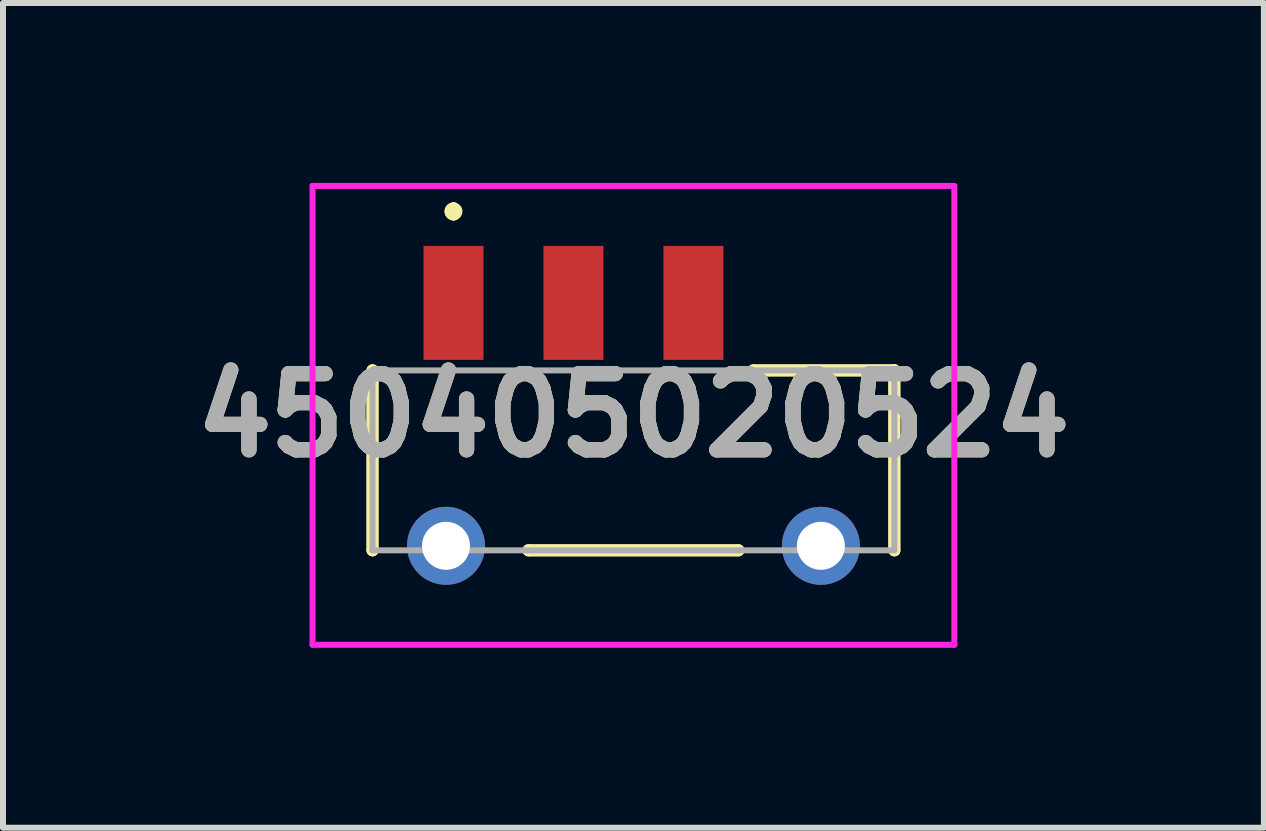
<source format=kicad_pcb>
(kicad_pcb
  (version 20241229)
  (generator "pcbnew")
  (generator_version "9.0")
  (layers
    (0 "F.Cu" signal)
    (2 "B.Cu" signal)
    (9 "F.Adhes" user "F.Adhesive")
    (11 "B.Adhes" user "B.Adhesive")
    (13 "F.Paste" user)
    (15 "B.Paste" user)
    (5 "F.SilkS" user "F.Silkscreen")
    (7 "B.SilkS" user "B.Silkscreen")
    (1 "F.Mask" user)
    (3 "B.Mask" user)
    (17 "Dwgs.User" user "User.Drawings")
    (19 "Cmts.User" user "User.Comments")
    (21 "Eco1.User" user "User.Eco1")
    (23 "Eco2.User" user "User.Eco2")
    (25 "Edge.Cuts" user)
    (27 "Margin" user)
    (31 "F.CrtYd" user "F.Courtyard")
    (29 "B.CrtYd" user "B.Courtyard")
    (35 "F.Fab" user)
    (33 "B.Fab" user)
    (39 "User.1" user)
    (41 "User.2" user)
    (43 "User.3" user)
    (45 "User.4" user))
  (footprint "450405020524"
    (layer "F.Cu")
    (at 7.511 4.625)
    (property "Reference" "450405020524" (at 0 -0.75 0) (layer "F.SilkS") (effects (font (size 1.27 1.27) (thickness 0.254))))
    (attr through_hole)
    (fp_line (start -4.35 -1.5) (end -4.35 -1.5) (stroke (width 0.2) (type solid)) (layer "F.SilkS"))
    (fp_line (start -4.35 -1.5) (end -4.35 1.5) (stroke (width 0.2) (type solid)) (layer "F.SilkS"))
    (fp_line (start -4.35 1.5) (end -4.35 -1.5) (stroke (width 0.2) (type solid)) (layer "F.SilkS"))
    (fp_line (start -4.35 1.5) (end -4.35 1.5) (stroke (width 0.2) (type solid)) (layer "F.SilkS"))
    (fp_line (start -3 -4.2) (end -3 -4.2) (stroke (width 0.2) (type solid)) (layer "F.SilkS"))
    (fp_line (start -3 -4.2) (end -3 -4.2) (stroke (width 0.2) (type solid)) (layer "F.SilkS"))
    (fp_line (start -3 -4.1) (end -3 -4.1) (stroke (width 0.2) (type solid)) (layer "F.SilkS"))
    (fp_line (start -1.75 1.5) (end -1.75 1.5) (stroke (width 0.2) (type solid)) (layer "F.SilkS"))
    (fp_line (start -1.75 1.5) (end 1.75 1.5) (stroke (width 0.2) (type solid)) (layer "F.SilkS"))
    (fp_line (start 1.75 1.5) (end -1.75 1.5) (stroke (width 0.2) (type solid)) (layer "F.SilkS"))
    (fp_line (start 1.75 1.5) (end 1.75 1.5) (stroke (width 0.2) (type solid)) (layer "F.SilkS"))
    (fp_line (start 2 -1.5) (end 2 -1.5) (stroke (width 0.2) (type solid)) (layer "F.SilkS"))
    (fp_line (start 2 -1.5) (end 4.35 -1.5) (stroke (width 0.2) (type solid)) (layer "F.SilkS"))
    (fp_line (start 4.35 -1.5) (end 2 -1.5) (stroke (width 0.2) (type solid)) (layer "F.SilkS"))
    (fp_line (start 4.35 -1.5) (end 4.35 -1.5) (stroke (width 0.2) (type solid)) (layer "F.SilkS"))
    (fp_line (start 4.35 -1.5) (end 4.35 -1.5) (stroke (width 0.2) (type solid)) (layer "F.SilkS"))
    (fp_line (start 4.35 -1.5) (end 4.35 1.5) (stroke (width 0.2) (type solid)) (layer "F.SilkS"))
    (fp_line (start 4.35 1.5) (end 4.35 -1.5) (stroke (width 0.2) (type solid)) (layer "F.SilkS"))
    (fp_line (start 4.35 1.5) (end 4.35 1.5) (stroke (width 0.2) (type solid)) (layer "F.SilkS"))
    (fp_arc (start -3 -4.2) (mid -2.95 -4.15) (end -3 -4.1) (stroke (width 0.2) (type solid)) (layer "F.SilkS"))
    (fp_arc (start -3 -4.1) (mid -3.05 -4.15) (end -3 -4.2) (stroke (width 0.2) (type solid)) (layer "F.SilkS"))
    (fp_arc (start -3 -4.1) (mid -3.05 -4.15) (end -3 -4.2) (stroke (width 0.2) (type solid)) (layer "F.SilkS"))
    (fp_line (start -5.35 -4.575) (end 5.35 -4.575) (stroke (width 0.1) (type solid)) (layer "F.CrtYd"))
    (fp_line (start -5.35 3.075) (end -5.35 -4.575) (stroke (width 0.1) (type solid)) (layer "F.CrtYd"))
    (fp_line (start 5.35 -4.575) (end 5.35 3.075) (stroke (width 0.1) (type solid)) (layer "F.CrtYd"))
    (fp_line (start 5.35 3.075) (end -5.35 3.075) (stroke (width 0.1) (type solid)) (layer "F.CrtYd"))
    (fp_line (start -4.35 -1.5) (end -4.35 1.5) (stroke (width 0.1) (type solid)) (layer "F.Fab"))
    (fp_line (start -4.35 1.5) (end 4.35 1.5) (stroke (width 0.1) (type solid)) (layer "F.Fab"))
    (fp_line (start 4.35 -1.5) (end -4.35 -1.5) (stroke (width 0.1) (type solid)) (layer "F.Fab"))
    (fp_line (start 4.35 1.5) (end 4.35 -1.5) (stroke (width 0.1) (type solid)) (layer "F.Fab"))
    (fp_text user "${REFERENCE}" (at 0 -0.75 0) (layer "F.Fab") (effects (font (size 1.27 1.27) (thickness 0.254))))
    (pad "1" smd rect (at -3 -2.625) (size 1 1.9) (layers "F.Cu" "F.Mask" "F.Paste"))
    (pad "2" smd rect (at -1 -2.625) (size 1 1.9) (layers "F.Cu" "F.Mask" "F.Paste"))
    (pad "3" smd rect (at 1 -2.625) (size 1 1.9) (layers "F.Cu" "F.Mask" "F.Paste"))
    (pad "MH1" thru_hole circle (at -3.125 1.425) (size 1.3 1.3) (drill 0.8) (layers "*.Cu" "*.Mask"))
    (pad "MH2" thru_hole circle (at 3.125 1.425) (size 1.3 1.3) (drill 0.8) (layers "*.Cu" "*.Mask")))
  (gr_rect
    (start -3 -3)
    (end 18.022 10.75)
    (stroke (width 0.1) (type default))
    (fill no)
    (layer "Edge.Cuts")))
</source>
